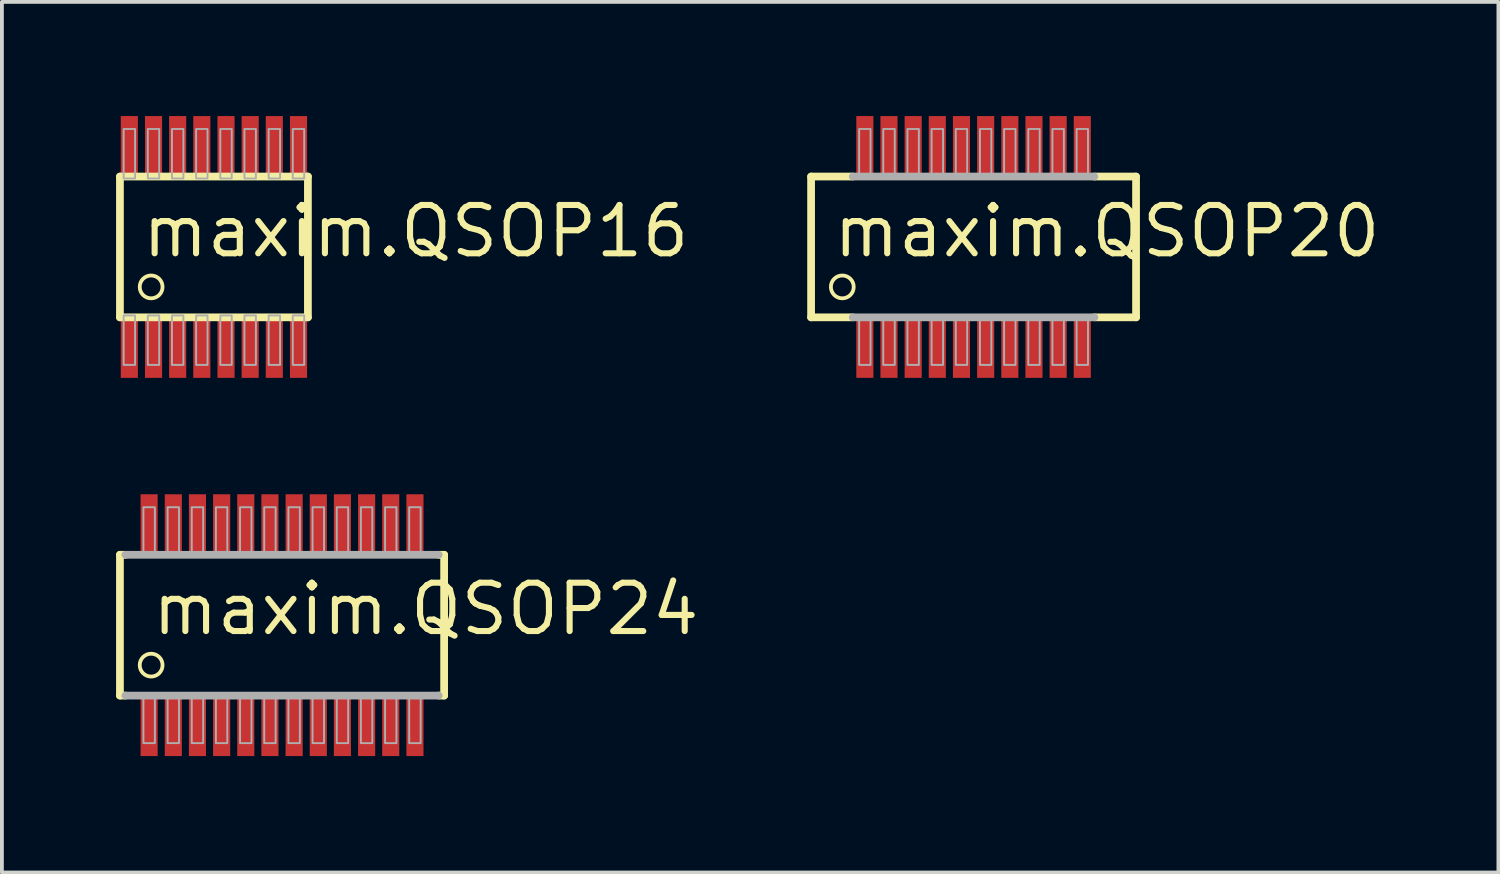
<source format=kicad_pcb>
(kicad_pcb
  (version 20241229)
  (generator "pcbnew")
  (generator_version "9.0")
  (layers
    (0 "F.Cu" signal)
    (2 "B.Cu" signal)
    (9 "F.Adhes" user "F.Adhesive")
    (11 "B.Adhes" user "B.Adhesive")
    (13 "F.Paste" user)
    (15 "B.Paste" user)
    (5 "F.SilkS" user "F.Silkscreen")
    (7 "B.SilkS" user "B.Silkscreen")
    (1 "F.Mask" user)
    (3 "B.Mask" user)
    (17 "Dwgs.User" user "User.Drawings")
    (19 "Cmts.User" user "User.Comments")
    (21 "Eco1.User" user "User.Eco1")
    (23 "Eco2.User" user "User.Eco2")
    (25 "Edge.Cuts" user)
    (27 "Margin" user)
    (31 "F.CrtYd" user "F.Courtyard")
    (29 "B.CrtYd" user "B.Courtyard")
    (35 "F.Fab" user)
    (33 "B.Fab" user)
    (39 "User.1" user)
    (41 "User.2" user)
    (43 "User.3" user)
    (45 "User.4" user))
  (footprint "maxim.QSOP24"
    (layer "F.Cu")
    (at 4.362 13.38)
    (property "Reference" "maxim.QSOP24" (at -3.493 0.318 0) (layer "F.SilkS") (effects (font (size 1.27 1.27) (thickness 0.16)) (justify left bottom)))
    (attr smd)
    (fp_rect (start -3.745 -1.9) (end -3.245 -3.475) (stroke (width 0.05) (type default)) (fill yes) (layer "F.Mask"))
    (fp_rect (start -3.74 3.475) (end -3.24 1.9) (stroke (width 0.05) (type default)) (fill yes) (layer "F.Mask"))
    (fp_rect (start -3.11 -1.9) (end -2.61 -3.475) (stroke (width 0.05) (type default)) (fill yes) (layer "F.Mask"))
    (fp_rect (start -3.105 3.475) (end -2.605 1.9) (stroke (width 0.05) (type default)) (fill yes) (layer "F.Mask"))
    (fp_rect (start -2.475 -1.9) (end -1.975 -3.475) (stroke (width 0.05) (type default)) (fill yes) (layer "F.Mask"))
    (fp_rect (start -2.47 3.475) (end -1.97 1.9) (stroke (width 0.05) (type default)) (fill yes) (layer "F.Mask"))
    (fp_rect (start -1.84 -1.9) (end -1.34 -3.475) (stroke (width 0.05) (type default)) (fill yes) (layer "F.Mask"))
    (fp_rect (start -1.835 3.475) (end -1.335 1.9) (stroke (width 0.05) (type default)) (fill yes) (layer "F.Mask"))
    (fp_rect (start -1.205 -1.9) (end -0.705 -3.475) (stroke (width 0.05) (type default)) (fill yes) (layer "F.Mask"))
    (fp_rect (start -1.2 3.475) (end -0.7 1.9) (stroke (width 0.05) (type default)) (fill yes) (layer "F.Mask"))
    (fp_rect (start -0.57 -1.9) (end -0.07 -3.475) (stroke (width 0.05) (type default)) (fill yes) (layer "F.Mask"))
    (fp_rect (start -0.565 3.475) (end -0.065 1.9) (stroke (width 0.05) (type default)) (fill yes) (layer "F.Mask"))
    (fp_rect (start 0.065 -1.9) (end 0.565 -3.475) (stroke (width 0.05) (type default)) (fill yes) (layer "F.Mask"))
    (fp_rect (start 0.07 3.475) (end 0.57 1.9) (stroke (width 0.05) (type default)) (fill yes) (layer "F.Mask"))
    (fp_rect (start 0.7 -1.9) (end 1.2 -3.475) (stroke (width 0.05) (type default)) (fill yes) (layer "F.Mask"))
    (fp_rect (start 0.705 3.475) (end 1.205 1.9) (stroke (width 0.05) (type default)) (fill yes) (layer "F.Mask"))
    (fp_rect (start 1.335 -1.9) (end 1.835 -3.475) (stroke (width 0.05) (type default)) (fill yes) (layer "F.Mask"))
    (fp_rect (start 1.34 3.475) (end 1.84 1.9) (stroke (width 0.05) (type default)) (fill yes) (layer "F.Mask"))
    (fp_rect (start 1.97 -1.9) (end 2.47 -3.475) (stroke (width 0.05) (type default)) (fill yes) (layer "F.Mask"))
    (fp_rect (start 1.975 3.475) (end 2.475 1.9) (stroke (width 0.05) (type default)) (fill yes) (layer "F.Mask"))
    (fp_rect (start 2.605 -1.9) (end 3.105 -3.475) (stroke (width 0.05) (type default)) (fill yes) (layer "F.Mask"))
    (fp_rect (start 2.61 3.475) (end 3.11 1.9) (stroke (width 0.05) (type default)) (fill yes) (layer "F.Mask"))
    (fp_rect (start 3.24 -1.9) (end 3.74 -3.475) (stroke (width 0.05) (type default)) (fill yes) (layer "F.Mask"))
    (fp_rect (start 3.245 3.475) (end 3.745 1.9) (stroke (width 0.05) (type default)) (fill yes) (layer "F.Mask"))
    (fp_line (start -4.26 1.85) (end -4.26 -1.85) (stroke (width 0.203) (type default)) (layer "F.SilkS"))
    (fp_line (start -4.26 1.85) (end -4.117 1.85) (stroke (width 0.203) (type default)) (layer "F.SilkS"))
    (fp_line (start -4.117 -1.85) (end -4.26 -1.85) (stroke (width 0.203) (type default)) (layer "F.SilkS"))
    (fp_line (start 4.117 1.85) (end 4.26 1.85) (stroke (width 0.203) (type default)) (layer "F.SilkS"))
    (fp_line (start 4.26 -1.85) (end 4.117 -1.85) (stroke (width 0.203) (type default)) (layer "F.SilkS"))
    (fp_line (start 4.26 -1.85) (end 4.26 1.85) (stroke (width 0.203) (type default)) (layer "F.SilkS"))
    (fp_circle (center -3.44 1.05) (end -3.14 1.05) (stroke (width 0.1) (type default)) (fill no) (layer "F.SilkS"))
    (fp_line (start -4.117 1.85) (end 4.117 1.85) (stroke (width 0.203) (type default)) (layer "F.Fab"))
    (fp_line (start 4.117 -1.85) (end -4.117 -1.85) (stroke (width 0.203) (type default)) (layer "F.Fab"))
    (fp_rect (start -3.643 -1.8) (end -3.342 -3.1) (stroke (width 0.05) (type default)) (fill no) (layer "F.Fab"))
    (fp_rect (start -3.643 3.1) (end -3.342 1.8) (stroke (width 0.05) (type default)) (fill no) (layer "F.Fab"))
    (fp_rect (start -3.007 -1.8) (end -2.708 -3.1) (stroke (width 0.05) (type default)) (fill no) (layer "F.Fab"))
    (fp_rect (start -3.007 3.1) (end -2.708 1.8) (stroke (width 0.05) (type default)) (fill no) (layer "F.Fab"))
    (fp_rect (start -2.373 -1.8) (end -2.072 -3.1) (stroke (width 0.05) (type default)) (fill no) (layer "F.Fab"))
    (fp_rect (start -2.373 3.1) (end -2.072 1.8) (stroke (width 0.05) (type default)) (fill no) (layer "F.Fab"))
    (fp_rect (start -1.738 -1.8) (end -1.438 -3.1) (stroke (width 0.05) (type default)) (fill no) (layer "F.Fab"))
    (fp_rect (start -1.738 3.1) (end -1.438 1.8) (stroke (width 0.05) (type default)) (fill no) (layer "F.Fab"))
    (fp_rect (start -1.103 -1.8) (end -0.802 -3.1) (stroke (width 0.05) (type default)) (fill no) (layer "F.Fab"))
    (fp_rect (start -1.103 3.1) (end -0.802 1.8) (stroke (width 0.05) (type default)) (fill no) (layer "F.Fab"))
    (fp_rect (start -0.468 -1.8) (end -0.168 -3.1) (stroke (width 0.05) (type default)) (fill no) (layer "F.Fab"))
    (fp_rect (start -0.468 3.1) (end -0.168 1.8) (stroke (width 0.05) (type default)) (fill no) (layer "F.Fab"))
    (fp_rect (start 0.168 -1.8) (end 0.468 -3.1) (stroke (width 0.05) (type default)) (fill no) (layer "F.Fab"))
    (fp_rect (start 0.168 3.1) (end 0.468 1.8) (stroke (width 0.05) (type default)) (fill no) (layer "F.Fab"))
    (fp_rect (start 0.802 -1.8) (end 1.103 -3.1) (stroke (width 0.05) (type default)) (fill no) (layer "F.Fab"))
    (fp_rect (start 0.802 3.1) (end 1.103 1.8) (stroke (width 0.05) (type default)) (fill no) (layer "F.Fab"))
    (fp_rect (start 1.438 -1.8) (end 1.738 -3.1) (stroke (width 0.05) (type default)) (fill no) (layer "F.Fab"))
    (fp_rect (start 1.438 3.1) (end 1.738 1.8) (stroke (width 0.05) (type default)) (fill no) (layer "F.Fab"))
    (fp_rect (start 2.072 -1.8) (end 2.373 -3.1) (stroke (width 0.05) (type default)) (fill no) (layer "F.Fab"))
    (fp_rect (start 2.072 3.1) (end 2.373 1.8) (stroke (width 0.05) (type default)) (fill no) (layer "F.Fab"))
    (fp_rect (start 2.708 -1.8) (end 3.007 -3.1) (stroke (width 0.05) (type default)) (fill no) (layer "F.Fab"))
    (fp_rect (start 2.708 3.1) (end 3.007 1.8) (stroke (width 0.05) (type default)) (fill no) (layer "F.Fab"))
    (fp_rect (start 3.342 -1.8) (end 3.643 -3.1) (stroke (width 0.05) (type default)) (fill no) (layer "F.Fab"))
    (fp_rect (start 3.342 3.1) (end 3.643 1.8) (stroke (width 0.05) (type default)) (fill no) (layer "F.Fab"))
    (pad "1" smd roundrect (at -3.493 2.69) (size 0.45 1.5) (layers "F.Cu" "F.Mask" "F.Paste") (roundrect_rratio 0.01))
    (pad "2" smd roundrect (at -2.857 2.69) (size 0.45 1.5) (layers "F.Cu" "F.Mask" "F.Paste") (roundrect_rratio 0.01))
    (pad "3" smd roundrect (at -2.223 2.69) (size 0.45 1.5) (layers "F.Cu" "F.Mask" "F.Paste") (roundrect_rratio 0.01))
    (pad "4" smd roundrect (at -1.587 2.69) (size 0.45 1.5) (layers "F.Cu" "F.Mask" "F.Paste") (roundrect_rratio 0.01))
    (pad "5" smd roundrect (at -0.953 2.69) (size 0.45 1.5) (layers "F.Cu" "F.Mask" "F.Paste") (roundrect_rratio 0.01))
    (pad "6" smd roundrect (at -0.318 2.69) (size 0.45 1.5) (layers "F.Cu" "F.Mask" "F.Paste") (roundrect_rratio 0.01))
    (pad "7" smd roundrect (at 0.318 2.69) (size 0.45 1.5) (layers "F.Cu" "F.Mask" "F.Paste") (roundrect_rratio 0.01))
    (pad "8" smd roundrect (at 0.953 2.69) (size 0.45 1.5) (layers "F.Cu" "F.Mask" "F.Paste") (roundrect_rratio 0.01))
    (pad "9" smd roundrect (at 1.587 2.69) (size 0.45 1.5) (layers "F.Cu" "F.Mask" "F.Paste") (roundrect_rratio 0.01))
    (pad "10" smd roundrect (at 2.223 2.69) (size 0.45 1.5) (layers "F.Cu" "F.Mask" "F.Paste") (roundrect_rratio 0.01))
    (pad "11" smd roundrect (at 2.857 2.69 180) (size 0.45 1.5) (layers "F.Cu" "F.Mask" "F.Paste") (roundrect_rratio 0.01))
    (pad "12" smd roundrect (at 3.493 2.69 180) (size 0.45 1.5) (layers "F.Cu" "F.Mask" "F.Paste") (roundrect_rratio 0.01))
    (pad "13" smd roundrect (at 3.493 -2.69) (size 0.45 1.5) (layers "F.Cu" "F.Mask" "F.Paste") (roundrect_rratio 0.01))
    (pad "14" smd roundrect (at 2.857 -2.69) (size 0.45 1.5) (layers "F.Cu" "F.Mask" "F.Paste") (roundrect_rratio 0.01))
    (pad "15" smd roundrect (at 2.223 -2.69) (size 0.45 1.5) (layers "F.Cu" "F.Mask" "F.Paste") (roundrect_rratio 0.01))
    (pad "16" smd roundrect (at 1.587 -2.69) (size 0.45 1.5) (layers "F.Cu" "F.Mask" "F.Paste") (roundrect_rratio 0.01))
    (pad "17" smd roundrect (at 0.953 -2.69) (size 0.45 1.5) (layers "F.Cu" "F.Mask" "F.Paste") (roundrect_rratio 0.01))
    (pad "18" smd roundrect (at 0.318 -2.69) (size 0.45 1.5) (layers "F.Cu" "F.Mask" "F.Paste") (roundrect_rratio 0.01))
    (pad "19" smd roundrect (at -0.318 -2.69) (size 0.45 1.5) (layers "F.Cu" "F.Mask" "F.Paste") (roundrect_rratio 0.01))
    (pad "20" smd roundrect (at -0.953 -2.69) (size 0.45 1.5) (layers "F.Cu" "F.Mask" "F.Paste") (roundrect_rratio 0.01))
    (pad "21" smd roundrect (at -1.587 -2.69) (size 0.45 1.5) (layers "F.Cu" "F.Mask" "F.Paste") (roundrect_rratio 0.01))
    (pad "22" smd roundrect (at -2.223 -2.69) (size 0.45 1.5) (layers "F.Cu" "F.Mask" "F.Paste") (roundrect_rratio 0.01))
    (pad "23" smd roundrect (at -2.857 -2.69) (size 0.45 1.5) (layers "F.Cu" "F.Mask" "F.Paste") (roundrect_rratio 0.01))
    (pad "24" smd roundrect (at -3.493 -2.69) (size 0.45 1.5) (layers "F.Cu" "F.Mask" "F.Paste") (roundrect_rratio 0.01)))
  (footprint "maxim.QSOP20"
    (layer "F.Cu")
    (at 22.536 3.44)
    (property "Reference" "maxim.QSOP20" (at -3.766 0.33 0) (layer "F.SilkS") (effects (font (size 1.27 1.27) (thickness 0.16)) (justify left bottom)))
    (attr smd)
    (fp_line (start -4.27 1.85) (end -4.27 -1.85) (stroke (width 0.203) (type default)) (layer "F.SilkS"))
    (fp_line (start -4.27 1.85) (end -3.175 1.85) (stroke (width 0.203) (type default)) (layer "F.SilkS"))
    (fp_line (start -3.175 -1.85) (end -4.27 -1.85) (stroke (width 0.203) (type default)) (layer "F.SilkS"))
    (fp_line (start 3.175 1.85) (end 4.27 1.85) (stroke (width 0.203) (type default)) (layer "F.SilkS"))
    (fp_line (start 4.27 -1.85) (end 3.175 -1.85) (stroke (width 0.203) (type default)) (layer "F.SilkS"))
    (fp_line (start 4.27 -1.85) (end 4.27 1.85) (stroke (width 0.203) (type default)) (layer "F.SilkS"))
    (fp_circle (center -3.45 1.05) (end -3.15 1.05) (stroke (width 0.1) (type default)) (fill no) (layer "F.SilkS"))
    (fp_line (start -3.175 1.85) (end 3.175 1.85) (stroke (width 0.203) (type default)) (layer "F.Fab"))
    (fp_line (start 3.175 -1.85) (end -3.175 -1.85) (stroke (width 0.203) (type default)) (layer "F.Fab"))
    (fp_rect (start -3.007 -1.8) (end -2.708 -3.1) (stroke (width 0.05) (type default)) (fill no) (layer "F.Fab"))
    (fp_rect (start -3.007 3.1) (end -2.708 1.8) (stroke (width 0.05) (type default)) (fill no) (layer "F.Fab"))
    (fp_rect (start -2.373 -1.8) (end -2.072 -3.1) (stroke (width 0.05) (type default)) (fill no) (layer "F.Fab"))
    (fp_rect (start -2.373 3.1) (end -2.072 1.8) (stroke (width 0.05) (type default)) (fill no) (layer "F.Fab"))
    (fp_rect (start -1.738 -1.8) (end -1.438 -3.1) (stroke (width 0.05) (type default)) (fill no) (layer "F.Fab"))
    (fp_rect (start -1.738 3.1) (end -1.438 1.8) (stroke (width 0.05) (type default)) (fill no) (layer "F.Fab"))
    (fp_rect (start -1.103 -1.8) (end -0.802 -3.1) (stroke (width 0.05) (type default)) (fill no) (layer "F.Fab"))
    (fp_rect (start -1.103 3.1) (end -0.802 1.8) (stroke (width 0.05) (type default)) (fill no) (layer "F.Fab"))
    (fp_rect (start -0.468 -1.8) (end -0.168 -3.1) (stroke (width 0.05) (type default)) (fill no) (layer "F.Fab"))
    (fp_rect (start -0.468 3.1) (end -0.168 1.8) (stroke (width 0.05) (type default)) (fill no) (layer "F.Fab"))
    (fp_rect (start 0.168 -1.8) (end 0.468 -3.1) (stroke (width 0.05) (type default)) (fill no) (layer "F.Fab"))
    (fp_rect (start 0.168 3.1) (end 0.468 1.8) (stroke (width 0.05) (type default)) (fill no) (layer "F.Fab"))
    (fp_rect (start 0.802 -1.8) (end 1.103 -3.1) (stroke (width 0.05) (type default)) (fill no) (layer "F.Fab"))
    (fp_rect (start 0.802 3.1) (end 1.103 1.8) (stroke (width 0.05) (type default)) (fill no) (layer "F.Fab"))
    (fp_rect (start 1.438 -1.8) (end 1.738 -3.1) (stroke (width 0.05) (type default)) (fill no) (layer "F.Fab"))
    (fp_rect (start 1.438 3.1) (end 1.738 1.8) (stroke (width 0.05) (type default)) (fill no) (layer "F.Fab"))
    (fp_rect (start 2.072 -1.8) (end 2.373 -3.1) (stroke (width 0.05) (type default)) (fill no) (layer "F.Fab"))
    (fp_rect (start 2.072 3.1) (end 2.373 1.8) (stroke (width 0.05) (type default)) (fill no) (layer "F.Fab"))
    (fp_rect (start 2.708 -1.8) (end 3.007 -3.1) (stroke (width 0.05) (type default)) (fill no) (layer "F.Fab"))
    (fp_rect (start 2.708 3.1) (end 3.007 1.8) (stroke (width 0.05) (type default)) (fill no) (layer "F.Fab"))
    (pad "1" smd roundrect (at -2.857 2.69) (size 0.45 1.5) (layers "F.Cu" "F.Mask" "F.Paste") (roundrect_rratio 0.01))
    (pad "2" smd roundrect (at -2.223 2.69) (size 0.45 1.5) (layers "F.Cu" "F.Mask" "F.Paste") (roundrect_rratio 0.01))
    (pad "3" smd roundrect (at -1.587 2.69) (size 0.45 1.5) (layers "F.Cu" "F.Mask" "F.Paste") (roundrect_rratio 0.01))
    (pad "4" smd roundrect (at -0.953 2.69) (size 0.45 1.5) (layers "F.Cu" "F.Mask" "F.Paste") (roundrect_rratio 0.01))
    (pad "5" smd roundrect (at -0.318 2.69) (size 0.45 1.5) (layers "F.Cu" "F.Mask" "F.Paste") (roundrect_rratio 0.01))
    (pad "6" smd roundrect (at 0.318 2.69) (size 0.45 1.5) (layers "F.Cu" "F.Mask" "F.Paste") (roundrect_rratio 0.01))
    (pad "7" smd roundrect (at 0.953 2.69) (size 0.45 1.5) (layers "F.Cu" "F.Mask" "F.Paste") (roundrect_rratio 0.01))
    (pad "8" smd roundrect (at 1.587 2.69) (size 0.45 1.5) (layers "F.Cu" "F.Mask" "F.Paste") (roundrect_rratio 0.01))
    (pad "9" smd roundrect (at 2.223 2.69) (size 0.45 1.5) (layers "F.Cu" "F.Mask" "F.Paste") (roundrect_rratio 0.01))
    (pad "10" smd roundrect (at 2.857 2.69) (size 0.45 1.5) (layers "F.Cu" "F.Mask" "F.Paste") (roundrect_rratio 0.01))
    (pad "11" smd roundrect (at 2.857 -2.69) (size 0.45 1.5) (layers "F.Cu" "F.Mask" "F.Paste") (roundrect_rratio 0.01))
    (pad "12" smd roundrect (at 2.223 -2.69) (size 0.45 1.5) (layers "F.Cu" "F.Mask" "F.Paste") (roundrect_rratio 0.01))
    (pad "13" smd roundrect (at 1.587 -2.69) (size 0.45 1.5) (layers "F.Cu" "F.Mask" "F.Paste") (roundrect_rratio 0.01))
    (pad "14" smd roundrect (at 0.953 -2.69) (size 0.45 1.5) (layers "F.Cu" "F.Mask" "F.Paste") (roundrect_rratio 0.01))
    (pad "15" smd roundrect (at 0.318 -2.69) (size 0.45 1.5) (layers "F.Cu" "F.Mask" "F.Paste") (roundrect_rratio 0.01))
    (pad "16" smd roundrect (at -0.318 -2.69) (size 0.45 1.5) (layers "F.Cu" "F.Mask" "F.Paste") (roundrect_rratio 0.01))
    (pad "17" smd roundrect (at -0.953 -2.69) (size 0.45 1.5) (layers "F.Cu" "F.Mask" "F.Paste") (roundrect_rratio 0.01))
    (pad "18" smd roundrect (at -1.587 -2.69) (size 0.45 1.5) (layers "F.Cu" "F.Mask" "F.Paste") (roundrect_rratio 0.01))
    (pad "19" smd roundrect (at -2.223 -2.69) (size 0.45 1.5) (layers "F.Cu" "F.Mask" "F.Paste") (roundrect_rratio 0.01))
    (pad "20" smd roundrect (at -2.857 -2.69) (size 0.45 1.5) (layers "F.Cu" "F.Mask" "F.Paste") (roundrect_rratio 0.01)))
  (footprint "maxim.QSOP16"
    (layer "F.Cu")
    (at 2.572 3.44)
    (property "Reference" "maxim.QSOP16" (at -1.966 0.33 0) (layer "F.SilkS") (effects (font (size 1.27 1.27) (thickness 0.16)) (justify left bottom)))
    (attr smd)
    (fp_line (start -2.47 1.85) (end -2.47 -1.85) (stroke (width 0.203) (type default)) (layer "F.SilkS"))
    (fp_line (start -2.47 1.85) (end 2.47 1.85) (stroke (width 0.203) (type default)) (layer "F.SilkS"))
    (fp_line (start 2.47 -1.85) (end -2.47 -1.85) (stroke (width 0.203) (type default)) (layer "F.SilkS"))
    (fp_line (start 2.47 -1.85) (end 2.47 1.85) (stroke (width 0.203) (type default)) (layer "F.SilkS"))
    (fp_circle (center -1.65 1.05) (end -1.35 1.05) (stroke (width 0.1) (type default)) (fill no) (layer "F.SilkS"))
    (fp_rect (start -2.373 -1.8) (end -2.072 -3.1) (stroke (width 0.05) (type default)) (fill no) (layer "F.Fab"))
    (fp_rect (start -2.373 3.1) (end -2.072 1.8) (stroke (width 0.05) (type default)) (fill no) (layer "F.Fab"))
    (fp_rect (start -1.738 -1.8) (end -1.438 -3.1) (stroke (width 0.05) (type default)) (fill no) (layer "F.Fab"))
    (fp_rect (start -1.738 3.1) (end -1.438 1.8) (stroke (width 0.05) (type default)) (fill no) (layer "F.Fab"))
    (fp_rect (start -1.103 -1.8) (end -0.802 -3.1) (stroke (width 0.05) (type default)) (fill no) (layer "F.Fab"))
    (fp_rect (start -1.103 3.1) (end -0.802 1.8) (stroke (width 0.05) (type default)) (fill no) (layer "F.Fab"))
    (fp_rect (start -0.468 -1.8) (end -0.168 -3.1) (stroke (width 0.05) (type default)) (fill no) (layer "F.Fab"))
    (fp_rect (start -0.468 3.1) (end -0.168 1.8) (stroke (width 0.05) (type default)) (fill no) (layer "F.Fab"))
    (fp_rect (start 0.168 -1.8) (end 0.468 -3.1) (stroke (width 0.05) (type default)) (fill no) (layer "F.Fab"))
    (fp_rect (start 0.168 3.1) (end 0.468 1.8) (stroke (width 0.05) (type default)) (fill no) (layer "F.Fab"))
    (fp_rect (start 0.802 -1.8) (end 1.103 -3.1) (stroke (width 0.05) (type default)) (fill no) (layer "F.Fab"))
    (fp_rect (start 0.802 3.1) (end 1.103 1.8) (stroke (width 0.05) (type default)) (fill no) (layer "F.Fab"))
    (fp_rect (start 1.438 -1.8) (end 1.738 -3.1) (stroke (width 0.05) (type default)) (fill no) (layer "F.Fab"))
    (fp_rect (start 1.438 3.1) (end 1.738 1.8) (stroke (width 0.05) (type default)) (fill no) (layer "F.Fab"))
    (fp_rect (start 2.072 -1.8) (end 2.373 -3.1) (stroke (width 0.05) (type default)) (fill no) (layer "F.Fab"))
    (fp_rect (start 2.072 3.1) (end 2.373 1.8) (stroke (width 0.05) (type default)) (fill no) (layer "F.Fab"))
    (pad "1" smd roundrect (at -2.223 2.69) (size 0.45 1.5) (layers "F.Cu" "F.Mask" "F.Paste") (roundrect_rratio 0.01))
    (pad "2" smd roundrect (at -1.587 2.69) (size 0.45 1.5) (layers "F.Cu" "F.Mask" "F.Paste") (roundrect_rratio 0.01))
    (pad "3" smd roundrect (at -0.953 2.69) (size 0.45 1.5) (layers "F.Cu" "F.Mask" "F.Paste") (roundrect_rratio 0.01))
    (pad "4" smd roundrect (at -0.318 2.69) (size 0.45 1.5) (layers "F.Cu" "F.Mask" "F.Paste") (roundrect_rratio 0.01))
    (pad "5" smd roundrect (at 0.318 2.69) (size 0.45 1.5) (layers "F.Cu" "F.Mask" "F.Paste") (roundrect_rratio 0.01))
    (pad "6" smd roundrect (at 0.953 2.69) (size 0.45 1.5) (layers "F.Cu" "F.Mask" "F.Paste") (roundrect_rratio 0.01))
    (pad "7" smd roundrect (at 1.587 2.69) (size 0.45 1.5) (layers "F.Cu" "F.Mask" "F.Paste") (roundrect_rratio 0.01))
    (pad "8" smd roundrect (at 2.223 2.69) (size 0.45 1.5) (layers "F.Cu" "F.Mask" "F.Paste") (roundrect_rratio 0.01))
    (pad "9" smd roundrect (at 2.223 -2.69) (size 0.45 1.5) (layers "F.Cu" "F.Mask" "F.Paste") (roundrect_rratio 0.01))
    (pad "10" smd roundrect (at 1.587 -2.69) (size 0.45 1.5) (layers "F.Cu" "F.Mask" "F.Paste") (roundrect_rratio 0.01))
    (pad "11" smd roundrect (at 0.953 -2.69) (size 0.45 1.5) (layers "F.Cu" "F.Mask" "F.Paste") (roundrect_rratio 0.01))
    (pad "12" smd roundrect (at 0.318 -2.69) (size 0.45 1.5) (layers "F.Cu" "F.Mask" "F.Paste") (roundrect_rratio 0.01))
    (pad "13" smd roundrect (at -0.318 -2.69) (size 0.45 1.5) (layers "F.Cu" "F.Mask" "F.Paste") (roundrect_rratio 0.01))
    (pad "14" smd roundrect (at -0.953 -2.69) (size 0.45 1.5) (layers "F.Cu" "F.Mask" "F.Paste") (roundrect_rratio 0.01))
    (pad "15" smd roundrect (at -1.587 -2.69) (size 0.45 1.5) (layers "F.Cu" "F.Mask" "F.Paste") (roundrect_rratio 0.01))
    (pad "16" smd roundrect (at -2.223 -2.69) (size 0.45 1.5) (layers "F.Cu" "F.Mask" "F.Paste") (roundrect_rratio 0.01)))
  (gr_rect
    (start -3 -3)
    (end 36.329 19.88)
    (stroke (width 0.1) (type default))
    (fill no)
    (layer "Edge.Cuts")))
</source>
